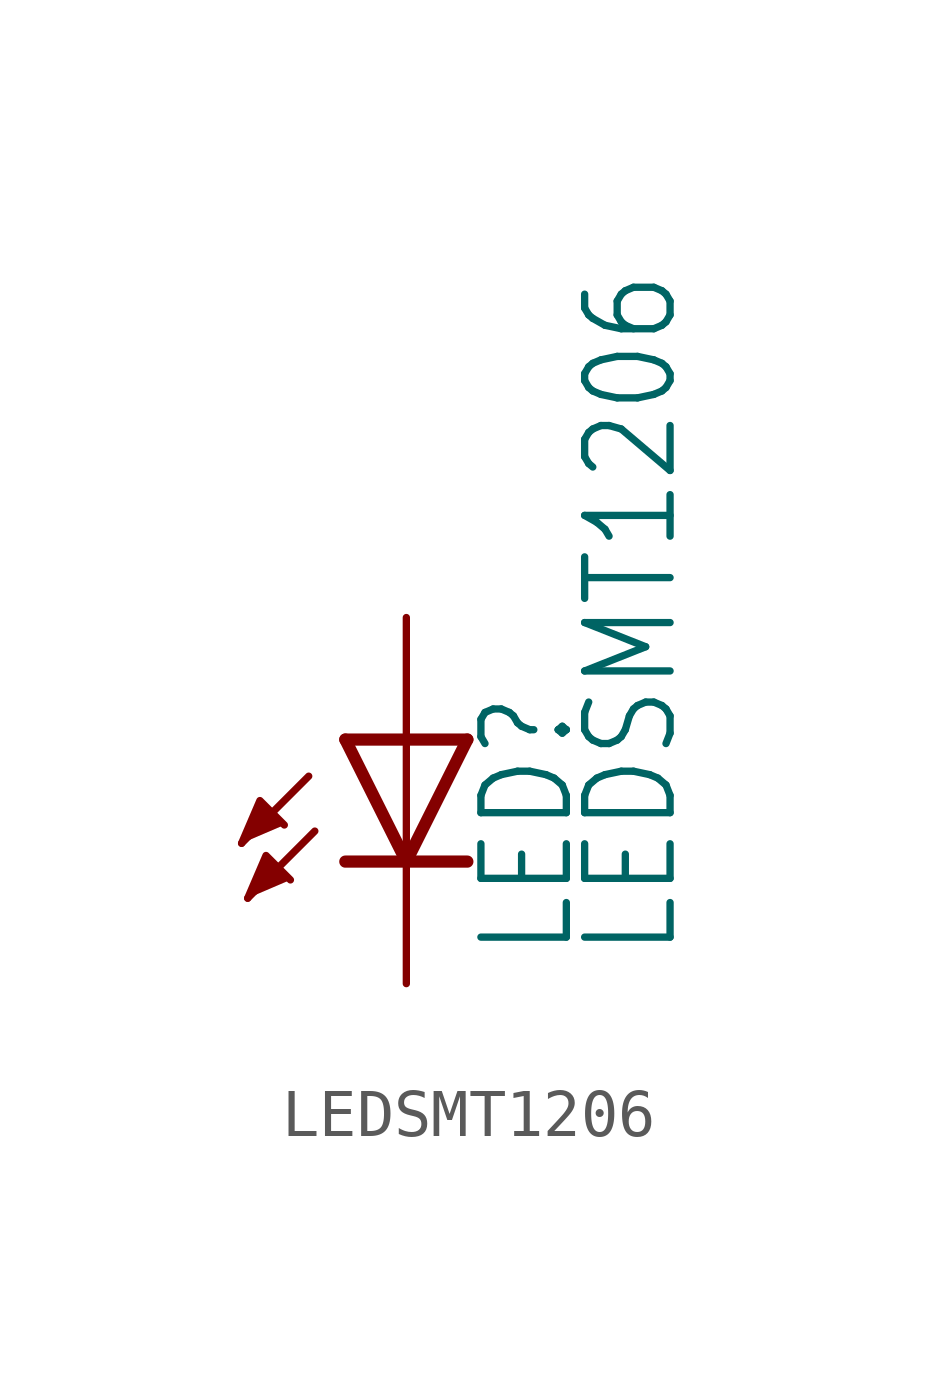
<source format=kicad_sym>
(kicad_symbol_lib
  (version 20201005)
  (generator kicad_symbol_editor)
  (symbol "LEDSMT1206"
    (property "Reference" "LED"
      (at 3.556 -4.572 90)
      (effects (font (size 1.778 1.511)) (justify left bottom)))
    (property "Value" "LEDSMT1206"
      (at 5.715 -4.572 90)
      (effects (font (size 1.778 1.511)) (justify left bottom)))
    (property "ki_locked" ""
      (at 0 0 0)
      (effects (font (size 1.27 1.27))))
    (symbol "LEDSMT1206_1_0"
      (polyline (pts (xy 1.27 0) (xy 0 -2.54)) (stroke (width 0.254)) (fill (type none)))
      (polyline (pts (xy 0 -2.54) (xy -1.27 0)) (stroke (width 0.254)) (fill (type none)))
      (polyline (pts (xy 1.27 -2.54) (xy 0 -2.54)) (stroke (width 0.254)) (fill (type none)))
      (polyline (pts (xy 0 -2.54) (xy -1.27 -2.54)) (stroke (width 0.254)) (fill (type none)))
      (polyline (pts (xy 1.27 0) (xy 0 0)) (stroke (width 0.254)) (fill (type none)))
      (polyline (pts (xy 0 0) (xy -1.27 0)) (stroke (width 0.254)) (fill (type none)))
      (polyline (pts (xy 0 0) (xy 0 -2.54)) (stroke (width 0.152)) (fill (type none)))
      (polyline (pts (xy -2.032 -0.762) (xy -3.429 -2.159)) (stroke (width 0.152)) (fill (type none)))
      (polyline (pts (xy -1.905 -1.905) (xy -3.302 -3.302)) (stroke (width 0.152)) (fill (type none)))
      (polyline (pts (xy -3.429 -2.159) (xy -3.048 -1.27) (xy -2.54 -1.778)) (stroke (width 0)) (fill (type outline)))
      (polyline (pts (xy -3.302 -3.302) (xy -2.921 -2.413) (xy -2.413 -2.921)) (stroke (width 0)) (fill (type outline)))
      (pin passive line (at 0 -5.08 90) (length 2.54) (name "C" (effects (font (size 0 0)))) (number "C" (effects (font (size 0 0)))))
      (pin passive line (at 0 2.54 270) (length 2.54) (name "A" (effects (font (size 0 0)))) (number "A" (effects (font (size 0 0))))))))
</source>
